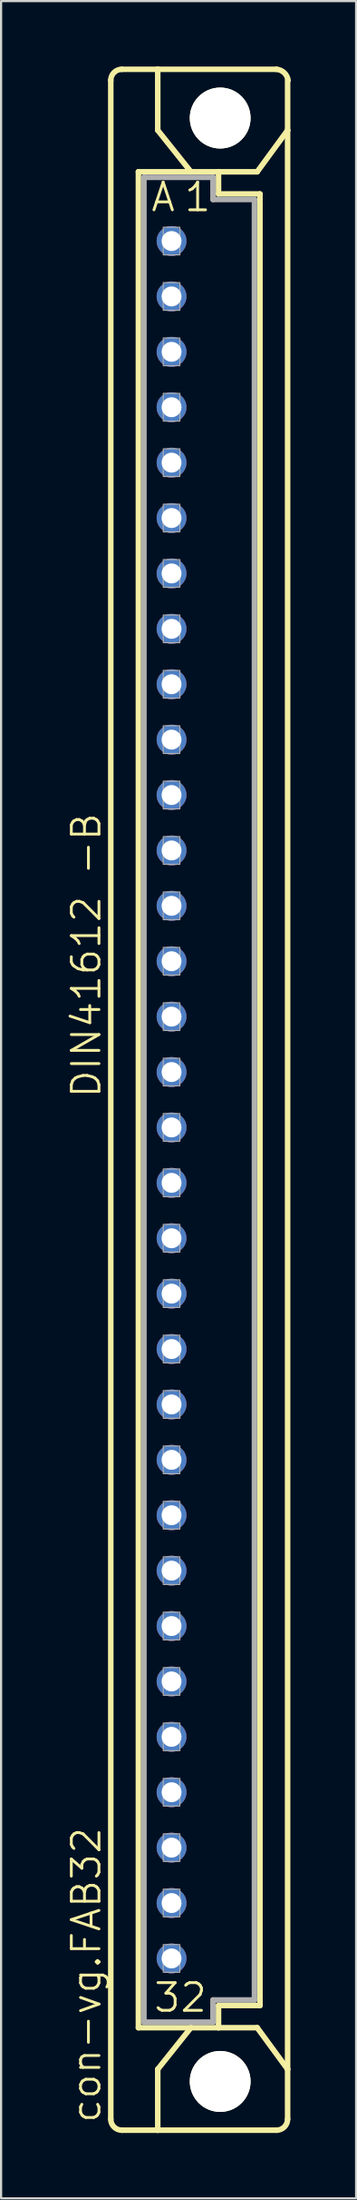
<source format=kicad_pcb>
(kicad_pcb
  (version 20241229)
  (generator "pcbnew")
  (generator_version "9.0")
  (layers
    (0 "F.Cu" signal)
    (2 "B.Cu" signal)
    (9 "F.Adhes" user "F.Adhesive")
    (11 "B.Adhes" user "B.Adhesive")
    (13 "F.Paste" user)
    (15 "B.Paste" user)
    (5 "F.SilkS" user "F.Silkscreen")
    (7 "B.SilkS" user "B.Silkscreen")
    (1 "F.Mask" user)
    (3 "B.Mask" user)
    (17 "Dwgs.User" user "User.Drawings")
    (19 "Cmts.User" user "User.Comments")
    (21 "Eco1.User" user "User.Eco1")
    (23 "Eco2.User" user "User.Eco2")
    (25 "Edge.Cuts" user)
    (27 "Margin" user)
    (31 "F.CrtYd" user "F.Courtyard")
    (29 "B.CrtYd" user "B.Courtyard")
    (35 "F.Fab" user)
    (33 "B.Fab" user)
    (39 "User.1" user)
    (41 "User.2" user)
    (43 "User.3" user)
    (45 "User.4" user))
  (footprint "con-vg.FAB32"
    (layer "F.Cu")
    (at 6.105 47.371)
    (property "Reference" "con-vg.FAB32" (at -4.445 46.99 90) (layer "F.SilkS") (effects (font (size 1.27 1.27) (thickness 0.13)) (justify left bottom)))
    (attr through_hole)
    (fp_line (start -4.064 46.736) (end -4.064 -46.736) (stroke (width 0.254) (type default)) (layer "F.SilkS"))
    (fp_line (start -3.556 47.244) (end -1.905 47.244) (stroke (width 0.254) (type default)) (layer "F.SilkS"))
    (fp_line (start -2.794 42.545) (end -2.794 -42.545) (stroke (width 0.254) (type default)) (layer "F.SilkS"))
    (fp_line (start -1.905 -47.244) (end -3.556 -47.244) (stroke (width 0.254) (type default)) (layer "F.SilkS"))
    (fp_line (start -1.905 -47.244) (end -1.905 -44.45) (stroke (width 0.254) (type default)) (layer "F.SilkS"))
    (fp_line (start -1.905 47.244) (end -1.905 44.45) (stroke (width 0.254) (type default)) (layer "F.SilkS"))
    (fp_line (start -1.905 47.244) (end 3.556 47.244) (stroke (width 0.254) (type default)) (layer "F.SilkS"))
    (fp_line (start -0.381 -42.545) (end -2.794 -42.545) (stroke (width 0.254) (type default)) (layer "F.SilkS"))
    (fp_line (start -0.381 -42.545) (end -1.905 -44.45) (stroke (width 0.254) (type default)) (layer "F.SilkS"))
    (fp_line (start -0.381 -42.545) (end 0.889 -42.545) (stroke (width 0.254) (type default)) (layer "F.SilkS"))
    (fp_line (start -0.381 42.545) (end -2.794 42.545) (stroke (width 0.254) (type default)) (layer "F.SilkS"))
    (fp_line (start -0.381 42.545) (end -1.905 44.45) (stroke (width 0.254) (type default)) (layer "F.SilkS"))
    (fp_line (start 0.889 -42.545) (end 2.667 -42.545) (stroke (width 0.254) (type default)) (layer "F.SilkS"))
    (fp_line (start 0.889 -41.529) (end 0.889 -42.545) (stroke (width 0.254) (type default)) (layer "F.SilkS"))
    (fp_line (start 0.889 41.529) (end 2.794 41.529) (stroke (width 0.254) (type default)) (layer "F.SilkS"))
    (fp_line (start 0.889 42.545) (end -0.381 42.545) (stroke (width 0.254) (type default)) (layer "F.SilkS"))
    (fp_line (start 0.889 42.545) (end 0.889 41.529) (stroke (width 0.254) (type default)) (layer "F.SilkS"))
    (fp_line (start 0.889 42.545) (end 2.667 42.545) (stroke (width 0.254) (type default)) (layer "F.SilkS"))
    (fp_line (start 2.667 -42.545) (end 4.064 -44.45) (stroke (width 0.254) (type default)) (layer "F.SilkS"))
    (fp_line (start 2.667 42.545) (end 4.064 44.45) (stroke (width 0.254) (type default)) (layer "F.SilkS"))
    (fp_line (start 2.794 -41.529) (end 0.889 -41.529) (stroke (width 0.254) (type default)) (layer "F.SilkS"))
    (fp_line (start 2.794 41.529) (end 2.794 -41.529) (stroke (width 0.254) (type default)) (layer "F.SilkS"))
    (fp_line (start 3.556 -47.244) (end -1.905 -47.244) (stroke (width 0.254) (type default)) (layer "F.SilkS"))
    (fp_line (start 4.064 -44.45) (end 4.064 -46.736) (stroke (width 0.254) (type default)) (layer "F.SilkS"))
    (fp_line (start 4.064 -44.45) (end 4.064 44.45) (stroke (width 0.254) (type default)) (layer "F.SilkS"))
    (fp_line (start 4.064 46.736) (end 4.064 44.45) (stroke (width 0.254) (type default)) (layer "F.SilkS"))
    (fp_arc (start -4.064 -46.736) (mid -3.91521 -47.09521) (end -3.556 -47.244) (stroke (width 0.254) (type default)) (layer "F.SilkS"))
    (fp_arc (start -3.556 47.244) (mid -3.91521 47.09521) (end -4.064 46.736) (stroke (width 0.254) (type default)) (layer "F.SilkS"))
    (fp_arc (start 3.556 -47.244) (mid 3.909437 -47.084315) (end 4.086 -46.739) (stroke (width 0.254) (type default)) (layer "F.SilkS"))
    (fp_arc (start 4.064 46.736) (mid 3.91521 47.09521) (end 3.556 47.244) (stroke (width 0.254) (type default)) (layer "F.SilkS"))
    (fp_circle (center 0.965 -45.009) (end 2.235 -45.009) (stroke (width 0.254) (type default)) (fill no) (layer "F.SilkS"))
    (fp_circle (center 0.965 45.009) (end 2.235 45.009) (stroke (width 0.254) (type default)) (fill no) (layer "F.SilkS"))
    (fp_line (start -2.54 -42.291) (end -2.54 42.291) (stroke (width 0.254) (type default)) (layer "F.Fab"))
    (fp_line (start 0.635 -42.291) (end -2.54 -42.291) (stroke (width 0.254) (type default)) (layer "F.Fab"))
    (fp_line (start 0.635 -41.275) (end 0.635 -42.291) (stroke (width 0.254) (type default)) (layer "F.Fab"))
    (fp_line (start 0.635 41.275) (end 0.635 42.291) (stroke (width 0.254) (type default)) (layer "F.Fab"))
    (fp_line (start 0.635 41.275) (end 2.54 41.275) (stroke (width 0.254) (type default)) (layer "F.Fab"))
    (fp_line (start 0.635 42.291) (end -2.54 42.291) (stroke (width 0.254) (type default)) (layer "F.Fab"))
    (fp_line (start 2.54 -41.275) (end 0.635 -41.275) (stroke (width 0.254) (type default)) (layer "F.Fab"))
    (fp_line (start 2.54 41.275) (end 2.54 -41.275) (stroke (width 0.254) (type default)) (layer "F.Fab"))
    (fp_rect (start -1.651 -38.735) (end -0.889 -40.005) (stroke (width 0.05) (type default)) (fill no) (layer "F.Fab"))
    (fp_rect (start -1.651 -36.195) (end -0.889 -37.465) (stroke (width 0.05) (type default)) (fill no) (layer "F.Fab"))
    (fp_rect (start -1.651 -33.655) (end -0.889 -34.925) (stroke (width 0.05) (type default)) (fill no) (layer "F.Fab"))
    (fp_rect (start -1.651 -31.115) (end -0.889 -32.385) (stroke (width 0.05) (type default)) (fill no) (layer "F.Fab"))
    (fp_rect (start -1.651 -28.575) (end -0.889 -29.845) (stroke (width 0.05) (type default)) (fill no) (layer "F.Fab"))
    (fp_rect (start -1.651 -26.035) (end -0.889 -27.305) (stroke (width 0.05) (type default)) (fill no) (layer "F.Fab"))
    (fp_rect (start -1.651 -23.495) (end -0.889 -24.765) (stroke (width 0.05) (type default)) (fill no) (layer "F.Fab"))
    (fp_rect (start -1.651 -20.955) (end -0.889 -22.225) (stroke (width 0.05) (type default)) (fill no) (layer "F.Fab"))
    (fp_rect (start -1.651 -18.415) (end -0.889 -19.685) (stroke (width 0.05) (type default)) (fill no) (layer "F.Fab"))
    (fp_rect (start -1.651 -15.875) (end -0.889 -17.145) (stroke (width 0.05) (type default)) (fill no) (layer "F.Fab"))
    (fp_rect (start -1.651 -13.335) (end -0.889 -14.605) (stroke (width 0.05) (type default)) (fill no) (layer "F.Fab"))
    (fp_rect (start -1.651 -10.795) (end -0.889 -12.065) (stroke (width 0.05) (type default)) (fill no) (layer "F.Fab"))
    (fp_rect (start -1.651 -8.255) (end -0.889 -9.525) (stroke (width 0.05) (type default)) (fill no) (layer "F.Fab"))
    (fp_rect (start -1.651 -5.715) (end -0.889 -6.985) (stroke (width 0.05) (type default)) (fill no) (layer "F.Fab"))
    (fp_rect (start -1.651 -3.175) (end -0.889 -4.445) (stroke (width 0.05) (type default)) (fill no) (layer "F.Fab"))
    (fp_rect (start -1.651 -0.635) (end -0.889 -1.905) (stroke (width 0.05) (type default)) (fill no) (layer "F.Fab"))
    (fp_rect (start -1.651 1.905) (end -0.889 0.635) (stroke (width 0.05) (type default)) (fill no) (layer "F.Fab"))
    (fp_rect (start -1.651 4.445) (end -0.889 3.175) (stroke (width 0.05) (type default)) (fill no) (layer "F.Fab"))
    (fp_rect (start -1.651 6.985) (end -0.889 5.715) (stroke (width 0.05) (type default)) (fill no) (layer "F.Fab"))
    (fp_rect (start -1.651 9.525) (end -0.889 8.255) (stroke (width 0.05) (type default)) (fill no) (layer "F.Fab"))
    (fp_rect (start -1.651 12.065) (end -0.889 10.795) (stroke (width 0.05) (type default)) (fill no) (layer "F.Fab"))
    (fp_rect (start -1.651 14.605) (end -0.889 13.335) (stroke (width 0.05) (type default)) (fill no) (layer "F.Fab"))
    (fp_rect (start -1.651 17.145) (end -0.889 15.875) (stroke (width 0.05) (type default)) (fill no) (layer "F.Fab"))
    (fp_rect (start -1.651 19.685) (end -0.889 18.415) (stroke (width 0.05) (type default)) (fill no) (layer "F.Fab"))
    (fp_rect (start -1.651 22.225) (end -0.889 20.955) (stroke (width 0.05) (type default)) (fill no) (layer "F.Fab"))
    (fp_rect (start -1.651 24.765) (end -0.889 23.495) (stroke (width 0.05) (type default)) (fill no) (layer "F.Fab"))
    (fp_rect (start -1.651 27.305) (end -0.889 26.035) (stroke (width 0.05) (type default)) (fill no) (layer "F.Fab"))
    (fp_rect (start -1.651 29.845) (end -0.889 28.575) (stroke (width 0.05) (type default)) (fill no) (layer "F.Fab"))
    (fp_rect (start -1.651 32.385) (end -0.889 31.115) (stroke (width 0.05) (type default)) (fill no) (layer "F.Fab"))
    (fp_rect (start -1.651 34.925) (end -0.889 33.655) (stroke (width 0.05) (type default)) (fill no) (layer "F.Fab"))
    (fp_rect (start -1.651 37.465) (end -0.889 36.195) (stroke (width 0.05) (type default)) (fill no) (layer "F.Fab"))
    (fp_rect (start -1.651 40.005) (end -0.889 38.735) (stroke (width 0.05) (type default)) (fill no) (layer "F.Fab"))
    (fp_text user "DIN41612 -B" (at -4.445 0 90) (layer "F.SilkS") (effects (font (size 1.27 1.27) (thickness 0.13)) (justify left bottom)))
    (fp_text user "32" (at -2.159 41.91 0) (layer "F.SilkS") (effects (font (size 1.27 1.27) (thickness 0.13)) (justify left bottom)))
    (fp_text user "A" (at -2.286 -40.64 0) (layer "F.SilkS") (effects (font (size 1.27 1.27) (thickness 0.13)) (justify left bottom)))
    (fp_text user "1" (at -0.762 -40.64 0) (layer "F.SilkS") (effects (font (size 1.27 1.27) (thickness 0.13)) (justify left bottom)))
    (pad "" np_thru_hole circle (at 0.965 -45.009) (size 2.794 2.794) (drill 2.794) (layers "*.Cu" "*.Mask"))
    (pad "" np_thru_hole circle (at 0.965 45.009) (size 2.794 2.794) (drill 2.794) (layers "*.Cu" "*.Mask"))
    (pad "A1" thru_hole circle (at -1.27 -39.37) (size 1.372 1.372) (drill 0.914) (layers "*.Cu" "*.Mask"))
    (pad "A2" thru_hole circle (at -1.27 -36.83) (size 1.372 1.372) (drill 0.914) (layers "*.Cu" "*.Mask"))
    (pad "A3" thru_hole circle (at -1.27 -34.29) (size 1.372 1.372) (drill 0.914) (layers "*.Cu" "*.Mask"))
    (pad "A4" thru_hole circle (at -1.27 -31.75) (size 1.372 1.372) (drill 0.914) (layers "*.Cu" "*.Mask"))
    (pad "A5" thru_hole circle (at -1.27 -29.21) (size 1.372 1.372) (drill 0.914) (layers "*.Cu" "*.Mask"))
    (pad "A6" thru_hole circle (at -1.27 -26.67) (size 1.372 1.372) (drill 0.914) (layers "*.Cu" "*.Mask"))
    (pad "A7" thru_hole circle (at -1.27 -24.13) (size 1.372 1.372) (drill 0.914) (layers "*.Cu" "*.Mask"))
    (pad "A8" thru_hole circle (at -1.27 -21.59) (size 1.372 1.372) (drill 0.914) (layers "*.Cu" "*.Mask"))
    (pad "A9" thru_hole circle (at -1.27 -19.05) (size 1.372 1.372) (drill 0.914) (layers "*.Cu" "*.Mask"))
    (pad "A10" thru_hole circle (at -1.27 -16.51) (size 1.372 1.372) (drill 0.914) (layers "*.Cu" "*.Mask"))
    (pad "A11" thru_hole circle (at -1.27 -13.97) (size 1.372 1.372) (drill 0.914) (layers "*.Cu" "*.Mask"))
    (pad "A12" thru_hole circle (at -1.27 -11.43) (size 1.372 1.372) (drill 0.914) (layers "*.Cu" "*.Mask"))
    (pad "A13" thru_hole circle (at -1.27 -8.89) (size 1.372 1.372) (drill 0.914) (layers "*.Cu" "*.Mask"))
    (pad "A14" thru_hole circle (at -1.27 -6.35) (size 1.372 1.372) (drill 0.914) (layers "*.Cu" "*.Mask"))
    (pad "A15" thru_hole circle (at -1.27 -3.81) (size 1.372 1.372) (drill 0.914) (layers "*.Cu" "*.Mask"))
    (pad "A16" thru_hole circle (at -1.27 -1.27) (size 1.372 1.372) (drill 0.914) (layers "*.Cu" "*.Mask"))
    (pad "A17" thru_hole circle (at -1.27 1.27) (size 1.372 1.372) (drill 0.914) (layers "*.Cu" "*.Mask"))
    (pad "A18" thru_hole circle (at -1.27 3.81) (size 1.372 1.372) (drill 0.914) (layers "*.Cu" "*.Mask"))
    (pad "A19" thru_hole circle (at -1.27 6.35) (size 1.372 1.372) (drill 0.914) (layers "*.Cu" "*.Mask"))
    (pad "A20" thru_hole circle (at -1.27 8.89) (size 1.372 1.372) (drill 0.914) (layers "*.Cu" "*.Mask"))
    (pad "A21" thru_hole circle (at -1.27 11.43) (size 1.372 1.372) (drill 0.914) (layers "*.Cu" "*.Mask"))
    (pad "A22" thru_hole circle (at -1.27 13.97) (size 1.372 1.372) (drill 0.914) (layers "*.Cu" "*.Mask"))
    (pad "A23" thru_hole circle (at -1.27 16.51) (size 1.372 1.372) (drill 0.914) (layers "*.Cu" "*.Mask"))
    (pad "A24" thru_hole circle (at -1.27 19.05) (size 1.372 1.372) (drill 0.914) (layers "*.Cu" "*.Mask"))
    (pad "A25" thru_hole circle (at -1.27 21.59) (size 1.372 1.372) (drill 0.914) (layers "*.Cu" "*.Mask"))
    (pad "A26" thru_hole circle (at -1.27 24.13) (size 1.372 1.372) (drill 0.914) (layers "*.Cu" "*.Mask"))
    (pad "A27" thru_hole circle (at -1.27 26.67) (size 1.372 1.372) (drill 0.914) (layers "*.Cu" "*.Mask"))
    (pad "A28" thru_hole circle (at -1.27 29.21) (size 1.372 1.372) (drill 0.914) (layers "*.Cu" "*.Mask"))
    (pad "A29" thru_hole circle (at -1.27 31.75) (size 1.372 1.372) (drill 0.914) (layers "*.Cu" "*.Mask"))
    (pad "A30" thru_hole circle (at -1.27 34.29) (size 1.372 1.372) (drill 0.914) (layers "*.Cu" "*.Mask"))
    (pad "A31" thru_hole circle (at -1.27 36.83) (size 1.372 1.372) (drill 0.914) (layers "*.Cu" "*.Mask"))
    (pad "A32" thru_hole circle (at -1.27 39.37) (size 1.372 1.372) (drill 0.914) (layers "*.Cu" "*.Mask")))
  (gr_rect
    (start -3 -3)
    (end 13.318 97.742)
    (stroke (width 0.1) (type default))
    (fill no)
    (layer "Edge.Cuts")))
</source>
